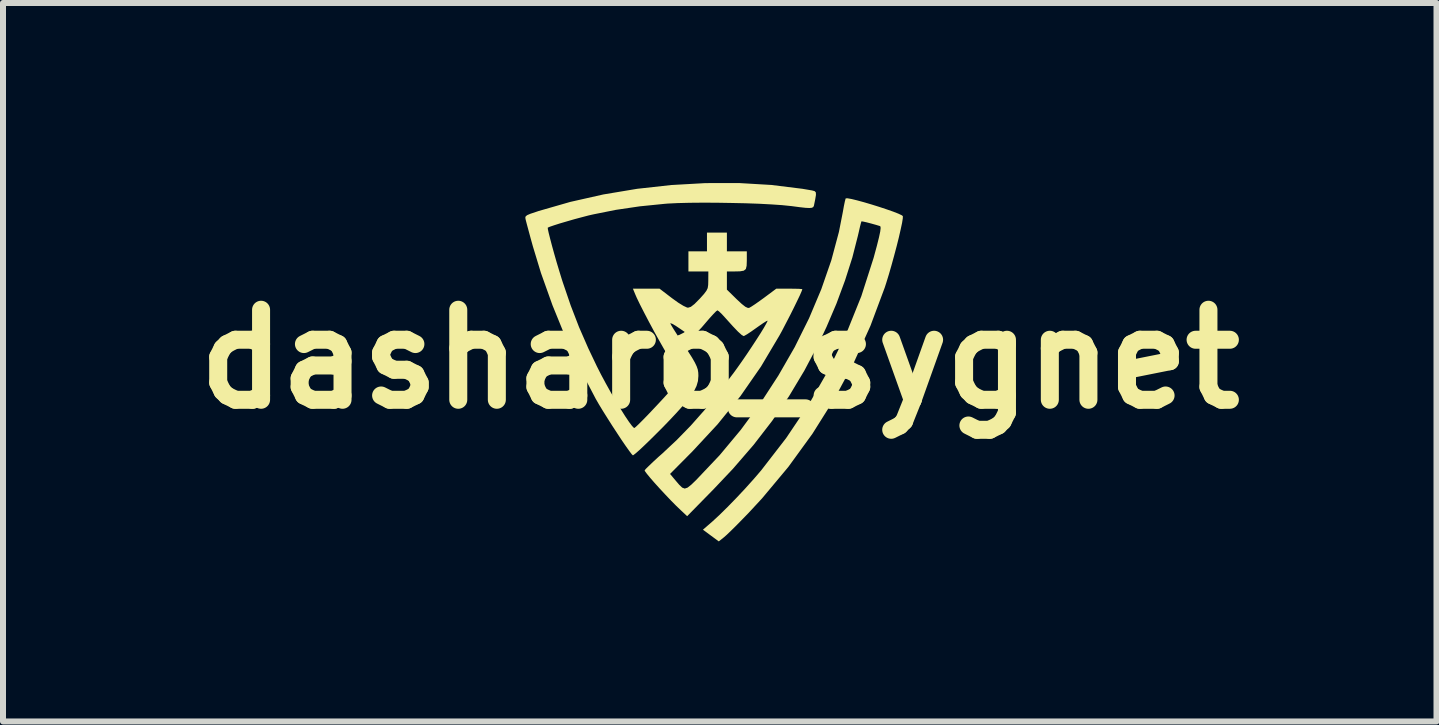
<source format=kicad_pcb>
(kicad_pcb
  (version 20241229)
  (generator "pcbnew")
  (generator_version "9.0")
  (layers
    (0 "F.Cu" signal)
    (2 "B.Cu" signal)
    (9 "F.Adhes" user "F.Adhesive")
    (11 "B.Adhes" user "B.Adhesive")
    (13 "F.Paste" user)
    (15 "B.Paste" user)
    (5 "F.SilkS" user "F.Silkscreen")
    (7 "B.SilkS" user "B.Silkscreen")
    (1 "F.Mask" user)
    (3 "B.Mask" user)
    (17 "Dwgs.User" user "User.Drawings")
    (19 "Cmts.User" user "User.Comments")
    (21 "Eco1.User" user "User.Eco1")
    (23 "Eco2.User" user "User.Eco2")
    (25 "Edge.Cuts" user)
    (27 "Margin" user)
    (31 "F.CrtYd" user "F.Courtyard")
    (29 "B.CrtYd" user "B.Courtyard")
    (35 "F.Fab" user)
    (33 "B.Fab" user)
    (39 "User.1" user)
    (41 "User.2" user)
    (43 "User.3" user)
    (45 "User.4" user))
  (footprint "dasharo_sygnet"
    (layer "F.Cu")
    (at 8.943 2.933)
    (property "Reference" "dasharo_sygnet" (at 0 0 0) (layer "F.SilkS") (effects (font (size 1.5 1.5) (thickness 0.3))))
    (attr board_only exclude_from_pos_files exclude_from_bom)
    (fp_poly (pts (xy 0.862 -2.901) (xy 1.378 -2.837) (xy 1.466 -2.822) (xy 1.537 -2.81) (xy 1.581 -2.798) (xy 1.601 -2.777) (xy 1.603 -2.735) (xy 1.591 -2.663) (xy 1.575 -2.585) (xy 1.569 -2.555) (xy 1.558 -2.533) (xy 1.535 -2.521) (xy 1.495 -2.517) (xy 1.429 -2.52) (xy 1.331 -2.531) (xy 1.194 -2.549) (xy 1.174 -2.551) (xy 1.037 -2.565) (xy 0.862 -2.577) (xy 0.657 -2.588) (xy 0.431 -2.596) (xy 0.193 -2.601) (xy -0.048 -2.605) (xy -0.283 -2.606) (xy -0.504 -2.604) (xy -0.702 -2.599) (xy -0.867 -2.591) (xy -0.915 -2.587) (xy -1.332 -2.545) (xy -1.732 -2.486) (xy -2.102 -2.412) (xy -2.186 -2.393) (xy -2.3 -2.363) (xy -2.424 -2.33) (xy -2.548 -2.294) (xy -2.664 -2.26) (xy -2.761 -2.229) (xy -2.831 -2.205) (xy -2.865 -2.19) (xy -2.866 -2.189) (xy -2.864 -2.164) (xy -2.85 -2.1) (xy -2.826 -2.005) (xy -2.795 -1.887) (xy -2.758 -1.753) (xy -2.717 -1.61) (xy -2.674 -1.467) (xy -2.632 -1.33) (xy -2.616 -1.281) (xy -2.484 -0.894) (xy -2.345 -0.533) (xy -2.189 -0.176) (xy -2.048 0.12) (xy -1.977 0.26) (xy -1.898 0.407) (xy -1.815 0.556) (xy -1.731 0.7) (xy -1.65 0.834) (xy -1.576 0.952) (xy -1.512 1.047) (xy -1.462 1.114) (xy -1.43 1.147) (xy -1.424 1.149) (xy -1.401 1.132) (xy -1.353 1.087) (xy -1.284 1.018) (xy -1.201 0.933) (xy -1.11 0.837) (xy -1.016 0.737) (xy -0.926 0.64) (xy -0.845 0.55) (xy -0.779 0.476) (xy -0.734 0.422) (xy -0.719 0.4) (xy -0.697 0.348) (xy -0.693 0.294) (xy -0.708 0.23) (xy -0.745 0.147) (xy -0.806 0.038) (xy -0.856 -0.045) (xy -0.926 -0.162) (xy -1.006 -0.303) (xy -1.092 -0.457) (xy -1.178 -0.617) (xy -1.258 -0.77) (xy -1.329 -0.909) (xy -1.384 -1.023) (xy -1.41 -1.083) (xy -1.447 -1.173) (xy -1.225 -1.173) (xy -1.003 -1.173) (xy -0.795 -1.014) (xy -0.692 -0.94) (xy -0.606 -0.887) (xy -0.546 -0.859) (xy -0.528 -0.856) (xy -0.482 -0.87) (xy -0.421 -0.917) (xy -0.34 -0.999) (xy -0.331 -1.008) (xy -0.264 -1.083) (xy -0.223 -1.137) (xy -0.201 -1.182) (xy -0.193 -1.234) (xy -0.191 -1.306) (xy -0.191 -1.311) (xy -0.19 -1.46) (xy -0.356 -1.46) (xy -0.522 -1.46) (xy -0.522 -1.628) (xy -0.522 -1.795) (xy -0.368 -1.795) (xy -0.213 -1.795) (xy -0.213 -1.951) (xy -0.213 -2.107) (xy -0.047 -2.107) (xy 0.119 -2.107) (xy 0.119 -1.951) (xy 0.119 -1.795) (xy 0.285 -1.795) (xy 0.451 -1.795) (xy 0.451 -1.642) (xy 0.448 -1.555) (xy 0.435 -1.501) (xy 0.401 -1.473) (xy 0.338 -1.462) (xy 0.247 -1.46) (xy 0.119 -1.46) (xy 0.119 -1.309) (xy 0.119 -1.157) (xy 0.282 -0.997) (xy 0.367 -0.918) (xy 0.427 -0.871) (xy 0.469 -0.852) (xy 0.49 -0.853) (xy 0.527 -0.874) (xy 0.591 -0.916) (xy 0.673 -0.974) (xy 0.738 -1.021) (xy 0.942 -1.173) (xy 1.159 -1.173) (xy 1.254 -1.172) (xy 1.327 -1.17) (xy 1.37 -1.166) (xy 1.376 -1.164) (xy 1.365 -1.132) (xy 1.336 -1.065) (xy 1.291 -0.971) (xy 1.235 -0.856) (xy 1.172 -0.73) (xy 1.104 -0.599) (xy 1.037 -0.47) (xy 0.994 -0.392) (xy 0.687 0.125) (xy 0.345 0.617) (xy -0.037 1.088) (xy -0.455 1.538) (xy -0.828 1.914) (xy -0.74 2.019) (xy -0.675 2.095) (xy -0.626 2.142) (xy -0.583 2.158) (xy -0.536 2.142) (xy -0.476 2.095) (xy -0.394 2.016) (xy -0.374 1.995) (xy -0.001 1.601) (xy 0.35 1.18) (xy 0.677 0.736) (xy 0.977 0.274) (xy 1.249 -0.199) (xy 1.488 -0.68) (xy 1.692 -1.164) (xy 1.859 -1.646) (xy 1.986 -2.12) (xy 2.051 -2.451) (xy 2.068 -2.547) (xy 2.084 -2.624) (xy 2.096 -2.67) (xy 2.1 -2.678) (xy 2.129 -2.679) (xy 2.196 -2.667) (xy 2.29 -2.644) (xy 2.404 -2.613) (xy 2.529 -2.576) (xy 2.657 -2.536) (xy 2.78 -2.495) (xy 2.889 -2.457) (xy 2.976 -2.423) (xy 3.033 -2.396) (xy 3.051 -2.382) (xy 3.05 -2.345) (xy 3.038 -2.269) (xy 3.015 -2.162) (xy 2.985 -2.03) (xy 2.948 -1.882) (xy 2.906 -1.724) (xy 2.862 -1.564) (xy 2.817 -1.408) (xy 2.773 -1.265) (xy 2.749 -1.191) (xy 2.511 -0.554) (xy 2.23 0.067) (xy 1.907 0.668) (xy 1.544 1.245) (xy 1.143 1.797) (xy 0.706 2.32) (xy 0.482 2.562) (xy 0.376 2.671) (xy 0.275 2.774) (xy 0.186 2.862) (xy 0.116 2.929) (xy 0.072 2.968) (xy -0.016 3.038) (xy -0.148 2.941) (xy -0.28 2.843) (xy -0.122 2.706) (xy -0.006 2.599) (xy 0.13 2.465) (xy 0.278 2.313) (xy 0.427 2.154) (xy 0.569 1.996) (xy 0.69 1.855) (xy 1.106 1.317) (xy 1.483 0.756) (xy 1.817 0.173) (xy 2.11 -0.429) (xy 2.359 -1.048) (xy 2.563 -1.684) (xy 2.618 -1.887) (xy 2.653 -2.027) (xy 2.674 -2.125) (xy 2.681 -2.186) (xy 2.675 -2.213) (xy 2.673 -2.215) (xy 2.604 -2.236) (xy 2.525 -2.258) (xy 2.449 -2.278) (xy 2.39 -2.291) (xy 2.362 -2.295) (xy 2.361 -2.294) (xy 2.353 -2.269) (xy 2.337 -2.207) (xy 2.317 -2.119) (xy 2.3 -2.047) (xy 2.209 -1.691) (xy 2.088 -1.312) (xy 1.944 -0.923) (xy 1.779 -0.536) (xy 1.65 -0.262) (xy 1.41 0.192) (xy 1.153 0.621) (xy 0.873 1.03) (xy 0.564 1.43) (xy 0.22 1.828) (xy -0.099 2.165) (xy -0.543 2.618) (xy -0.652 2.516) (xy -0.729 2.442) (xy -0.816 2.354) (xy -0.909 2.256) (xy -1.001 2.157) (xy -1.087 2.062) (xy -1.16 1.978) (xy -1.215 1.911) (xy -1.247 1.867) (xy -1.252 1.855) (xy -1.233 1.831) (xy -1.183 1.782) (xy -1.111 1.713) (xy -1.021 1.63) (xy -0.955 1.572) (xy -0.716 1.348) (xy -0.483 1.109) (xy -0.251 0.847) (xy -0.014 0.555) (xy 0.234 0.227) (xy 0.29 0.15) (xy 0.367 0.041) (xy 0.449 -0.078) (xy 0.531 -0.201) (xy 0.609 -0.32) (xy 0.679 -0.429) (xy 0.736 -0.522) (xy 0.776 -0.593) (xy 0.796 -0.633) (xy 0.796 -0.64) (xy 0.775 -0.631) (xy 0.724 -0.599) (xy 0.653 -0.55) (xy 0.605 -0.516) (xy 0.523 -0.458) (xy 0.455 -0.413) (xy 0.409 -0.387) (xy 0.398 -0.383) (xy 0.365 -0.402) (xy 0.304 -0.457) (xy 0.218 -0.547) (xy 0.107 -0.67) (xy 0.091 -0.688) (xy 0.034 -0.75) (xy -0.013 -0.795) (xy -0.039 -0.812) (xy -0.039 -0.812) (xy -0.062 -0.795) (xy -0.108 -0.748) (xy -0.169 -0.681) (xy -0.213 -0.63) (xy -0.303 -0.525) (xy -0.37 -0.454) (xy -0.423 -0.413) (xy -0.471 -0.401) (xy -0.522 -0.415) (xy -0.584 -0.452) (xy -0.658 -0.503) (xy -0.734 -0.554) (xy -0.791 -0.587) (xy -0.821 -0.598) (xy -0.823 -0.592) (xy -0.805 -0.558) (xy -0.766 -0.494) (xy -0.71 -0.406) (xy -0.644 -0.304) (xy -0.621 -0.27) (xy -0.53 -0.131) (xy -0.462 -0.025) (xy -0.415 0.057) (xy -0.384 0.122) (xy -0.366 0.175) (xy -0.358 0.226) (xy -0.356 0.28) (xy -0.363 0.366) (xy -0.387 0.449) (xy -0.43 0.537) (xy -0.499 0.637) (xy -0.597 0.757) (xy -0.657 0.826) (xy -0.741 0.918) (xy -0.838 1.021) (xy -0.943 1.13) (xy -1.052 1.239) (xy -1.157 1.343) (xy -1.254 1.437) (xy -1.337 1.515) (xy -1.401 1.571) (xy -1.44 1.601) (xy -1.448 1.604) (xy -1.467 1.585) (xy -1.508 1.531) (xy -1.565 1.451) (xy -1.635 1.349) (xy -1.712 1.232) (xy -1.793 1.108) (xy -1.873 0.982) (xy -1.949 0.861) (xy -2.015 0.752) (xy -2.068 0.66) (xy -2.069 0.658) (xy -2.327 0.165) (xy -2.568 -0.358) (xy -2.787 -0.896) (xy -2.979 -1.434) (xy -3.114 -1.879) (xy -3.151 -2.012) (xy -3.184 -2.134) (xy -3.211 -2.234) (xy -3.229 -2.303) (xy -3.235 -2.327) (xy -3.24 -2.357) (xy -3.233 -2.379) (xy -3.207 -2.399) (xy -3.155 -2.421) (xy -3.068 -2.45) (xy -3.018 -2.467) (xy -2.489 -2.619) (xy -1.939 -2.743) (xy -1.376 -2.837) (xy -0.806 -2.9) (xy -0.238 -2.932) (xy 0.32 -2.933)) (stroke (width 0) (type solid)) (fill yes) (layer "F.SilkS")))
  (gr_rect
    (start -3 -3)
    (end 20.886 8.971)
    (stroke (width 0.1) (type default))
    (fill no)
    (layer "Edge.Cuts")))
</source>
